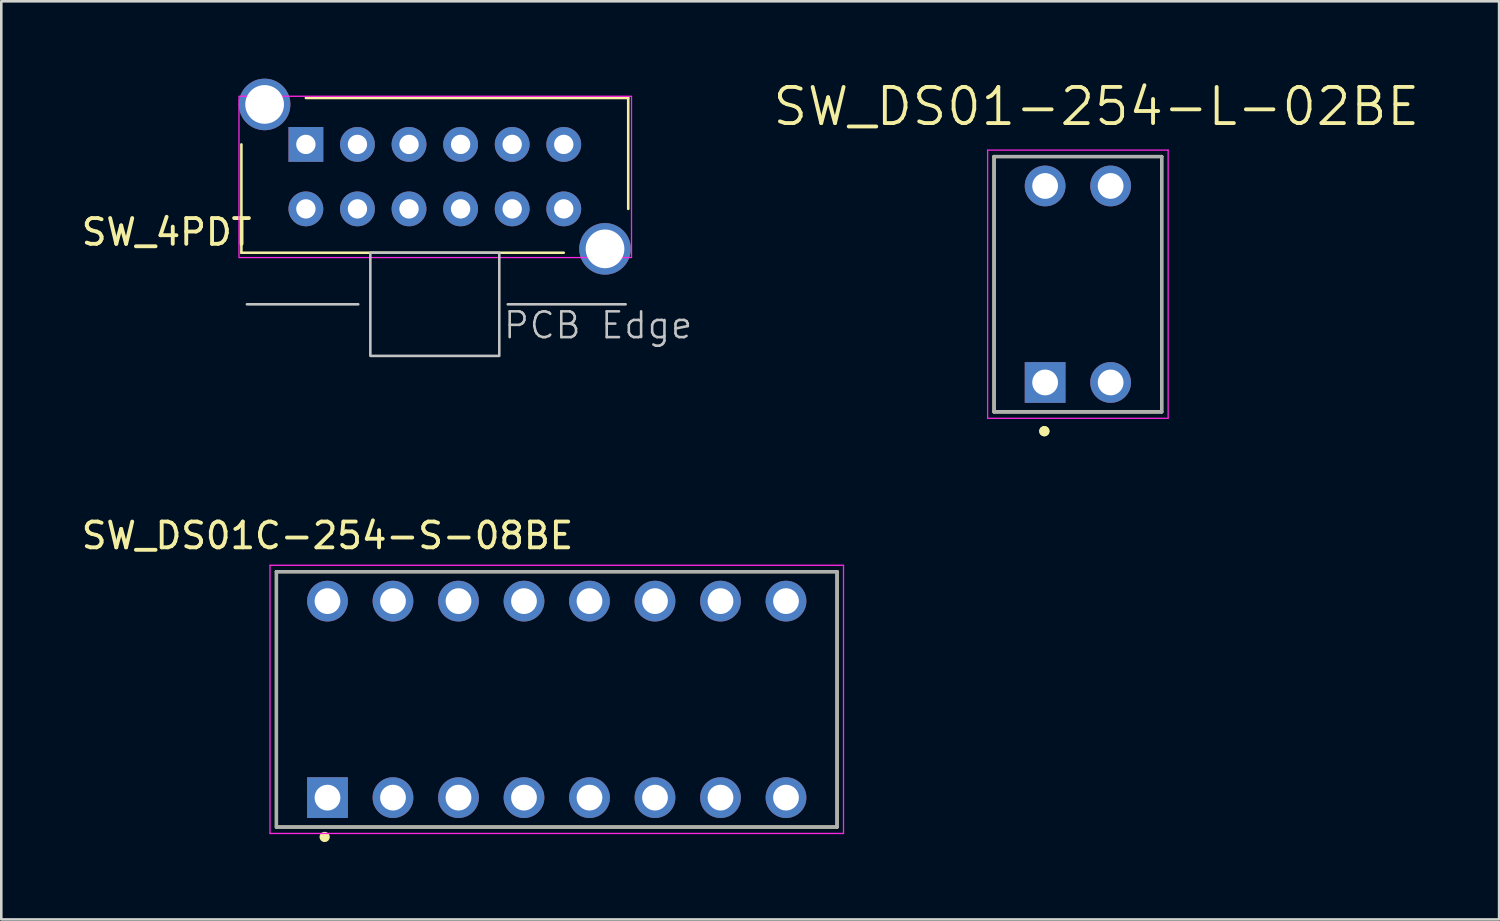
<source format=kicad_pcb>
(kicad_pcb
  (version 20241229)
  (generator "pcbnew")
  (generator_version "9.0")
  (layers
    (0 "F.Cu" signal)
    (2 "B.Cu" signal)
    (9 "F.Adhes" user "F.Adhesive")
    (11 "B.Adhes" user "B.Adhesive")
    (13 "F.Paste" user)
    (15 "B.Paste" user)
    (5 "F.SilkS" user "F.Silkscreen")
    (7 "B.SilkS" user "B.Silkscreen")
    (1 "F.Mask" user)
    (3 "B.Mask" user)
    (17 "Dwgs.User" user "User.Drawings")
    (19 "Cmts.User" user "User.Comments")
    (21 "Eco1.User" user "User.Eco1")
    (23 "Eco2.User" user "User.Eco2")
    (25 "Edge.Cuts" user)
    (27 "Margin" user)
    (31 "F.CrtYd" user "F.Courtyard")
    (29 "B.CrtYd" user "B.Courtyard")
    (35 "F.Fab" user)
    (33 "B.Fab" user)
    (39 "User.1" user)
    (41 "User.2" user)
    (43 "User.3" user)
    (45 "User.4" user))
  (footprint "SW_DS01C-254-S-08BE"
    (layer "F.Cu")
    (at 18.539 24.07)
    (property "Reference" "SW_DS01C-254-S-08BE" (at -8.89 -6.35 0) (layer "F.SilkS") (effects (font (size 1 1) (thickness 0.15))))
    (attr through_hole)
    (fp_line (start -10.87 -4.95) (end 10.87 -4.95) (stroke (width 0.127) (type solid)) (layer "F.SilkS"))
    (fp_line (start -10.87 4.95) (end -10.87 -4.95) (stroke (width 0.127) (type solid)) (layer "F.SilkS"))
    (fp_line (start 10.87 -4.95) (end 10.87 4.95) (stroke (width 0.127) (type solid)) (layer "F.SilkS"))
    (fp_line (start 10.87 4.95) (end -10.87 4.95) (stroke (width 0.127) (type solid)) (layer "F.SilkS"))
    (fp_circle (center -9 5.334) (end -8.9 5.334) (stroke (width 0.2) (type solid)) (fill no) (layer "F.SilkS"))
    (fp_line (start -11.12 -5.2) (end -11.12 5.2) (stroke (width 0.05) (type solid)) (layer "F.CrtYd"))
    (fp_line (start -11.12 5.2) (end 11.12 5.2) (stroke (width 0.05) (type solid)) (layer "F.CrtYd"))
    (fp_line (start 11.12 -5.2) (end -11.12 -5.2) (stroke (width 0.05) (type solid)) (layer "F.CrtYd"))
    (fp_line (start 11.12 5.2) (end 11.12 -5.2) (stroke (width 0.05) (type solid)) (layer "F.CrtYd"))
    (fp_line (start -10.87 -4.95) (end 10.87 -4.95) (stroke (width 0.127) (type solid)) (layer "F.Fab"))
    (fp_line (start -10.87 4.95) (end -10.87 -4.95) (stroke (width 0.127) (type solid)) (layer "F.Fab"))
    (fp_line (start 10.87 -4.95) (end 10.87 4.95) (stroke (width 0.127) (type solid)) (layer "F.Fab"))
    (fp_line (start 10.87 4.95) (end -10.87 4.95) (stroke (width 0.127) (type solid)) (layer "F.Fab"))
    (pad "1" thru_hole rect (at -8.89 3.81) (size 1.58 1.58) (drill 1) (layers "*.Cu" "*.Mask"))
    (pad "2" thru_hole circle (at -6.35 3.81) (size 1.58 1.58) (drill 1) (layers "*.Cu" "*.Mask"))
    (pad "3" thru_hole circle (at -3.81 3.81) (size 1.58 1.58) (drill 1) (layers "*.Cu" "*.Mask"))
    (pad "4" thru_hole circle (at -1.27 3.81) (size 1.58 1.58) (drill 1) (layers "*.Cu" "*.Mask"))
    (pad "5" thru_hole circle (at 1.27 3.81) (size 1.58 1.58) (drill 1) (layers "*.Cu" "*.Mask"))
    (pad "6" thru_hole circle (at 3.81 3.81) (size 1.58 1.58) (drill 1) (layers "*.Cu" "*.Mask"))
    (pad "7" thru_hole circle (at 6.35 3.81) (size 1.58 1.58) (drill 1) (layers "*.Cu" "*.Mask"))
    (pad "8" thru_hole circle (at 8.89 3.81) (size 1.58 1.58) (drill 1) (layers "*.Cu" "*.Mask"))
    (pad "9" thru_hole circle (at 8.89 -3.81) (size 1.58 1.58) (drill 1) (layers "*.Cu" "*.Mask"))
    (pad "10" thru_hole circle (at 6.35 -3.81) (size 1.58 1.58) (drill 1) (layers "*.Cu" "*.Mask"))
    (pad "11" thru_hole circle (at 3.81 -3.81) (size 1.58 1.58) (drill 1) (layers "*.Cu" "*.Mask"))
    (pad "12" thru_hole circle (at 1.27 -3.81) (size 1.58 1.58) (drill 1) (layers "*.Cu" "*.Mask"))
    (pad "13" thru_hole circle (at -1.27 -3.81) (size 1.58 1.58) (drill 1) (layers "*.Cu" "*.Mask"))
    (pad "14" thru_hole circle (at -3.81 -3.81) (size 1.58 1.58) (drill 1) (layers "*.Cu" "*.Mask"))
    (pad "15" thru_hole circle (at -6.35 -3.81) (size 1.58 1.58) (drill 1) (layers "*.Cu" "*.Mask"))
    (pad "16" thru_hole circle (at -8.89 -3.81) (size 1.58 1.58) (drill 1) (layers "*.Cu" "*.Mask")))
  (footprint "SW_DS01-254-L-02BE"
    (layer "F.Cu")
    (at 38.747 7.971)
    (property "Reference" "SW_DS01-254-L-02BE" (at 0.715 -6.889 0) (layer "F.SilkS") (effects (font (size 1.4 1.4) (thickness 0.15))))
    (attr through_hole)
    (fp_line (start -3.25 -4.95) (end 3.25 -4.95) (stroke (width 0.127) (type solid)) (layer "F.SilkS"))
    (fp_line (start -3.25 4.95) (end -3.25 -4.95) (stroke (width 0.127) (type solid)) (layer "F.SilkS"))
    (fp_line (start 3.25 -4.95) (end 3.25 4.95) (stroke (width 0.127) (type solid)) (layer "F.SilkS"))
    (fp_line (start 3.25 4.95) (end -3.25 4.95) (stroke (width 0.127) (type solid)) (layer "F.SilkS"))
    (fp_circle (center -1.3 5.7) (end -1.2 5.7) (stroke (width 0.2) (type solid)) (fill no) (layer "F.SilkS"))
    (fp_circle (center -1.3 5.7) (end -1.2 5.7) (stroke (width 0.2) (type solid)) (fill no) (layer "F.SilkS"))
    (fp_line (start -3.5 -5.2) (end -3.5 5.2) (stroke (width 0.05) (type solid)) (layer "F.CrtYd"))
    (fp_line (start -3.5 5.2) (end 3.5 5.2) (stroke (width 0.05) (type solid)) (layer "F.CrtYd"))
    (fp_line (start 3.5 -5.2) (end -3.5 -5.2) (stroke (width 0.05) (type solid)) (layer "F.CrtYd"))
    (fp_line (start 3.5 5.2) (end 3.5 -5.2) (stroke (width 0.05) (type solid)) (layer "F.CrtYd"))
    (fp_line (start -3.25 -4.95) (end 3.25 -4.95) (stroke (width 0.127) (type solid)) (layer "F.Fab"))
    (fp_line (start -3.25 4.95) (end -3.25 -4.95) (stroke (width 0.127) (type solid)) (layer "F.Fab"))
    (fp_line (start 3.25 -4.95) (end 3.25 4.95) (stroke (width 0.127) (type solid)) (layer "F.Fab"))
    (fp_line (start 3.25 4.95) (end -3.25 4.95) (stroke (width 0.127) (type solid)) (layer "F.Fab"))
    (pad "1A" thru_hole rect (at -1.27 3.81) (size 1.58 1.58) (drill 1) (layers "*.Cu" "*.Mask"))
    (pad "1B" thru_hole circle (at -1.27 -3.81) (size 1.58 1.58) (drill 1) (layers "*.Cu" "*.Mask"))
    (pad "2A" thru_hole circle (at 1.27 3.81) (size 1.58 1.58) (drill 1) (layers "*.Cu" "*.Mask"))
    (pad "2B" thru_hole circle (at 1.27 -3.81) (size 1.58 1.58) (drill 1) (layers "*.Cu" "*.Mask")))
  (footprint "SW_4PDT"
    (layer "F.Cu")
    (at 8.811 2.55)
    (property "Reference" "SW_4PDT" (at -5.4 3.4 0) (unlocked yes) (layer "F.SilkS") (effects (font (size 1 1) (thickness 0.15))))
    (attr through_hole)
    (fp_line (start -2.5 0) (end -2.5 4.2) (stroke (width 0.1) (type default)) (layer "F.SilkS"))
    (fp_line (start -2.5 4.2) (end 10 4.2) (stroke (width 0.1) (type default)) (layer "F.SilkS"))
    (fp_line (start 0 -1.8) (end 12.5 -1.8) (stroke (width 0.1) (type default)) (layer "F.SilkS"))
    (fp_line (start 12.5 -1.8) (end 12.5 2.5) (stroke (width 0.1) (type default)) (layer "F.SilkS"))
    (fp_line (start 2.032 6.2) (end -2.286 6.2) (stroke (width 0.1) (type default)) (layer "Dwgs.User"))
    (fp_line (start 12.4 6.2) (end 7.828 6.2) (stroke (width 0.1) (type default)) (layer "Dwgs.User"))
    (fp_rect (start 2.5 4.2) (end 7.5 8.2) (stroke (width 0.1) (type default)) (fill no) (layer "Dwgs.User"))
    (fp_rect (start -2.594 -1.867) (end 12.627 4.388) (stroke (width 0.05) (type default)) (fill no) (layer "F.CrtYd"))
    (fp_text user "PCB Edge" (at 7.6 7.6 0) (unlocked yes) (layer "Dwgs.User") (effects (font (size 1 1) (thickness 0.1)) (justify left bottom)))
    (pad "1" thru_hole rect (at 0 0) (size 1.35 1.35) (drill 0.75) (layers "*.Cu" "*.Mask"))
    (pad "2" thru_hole circle (at 2 0) (size 1.35 1.35) (drill 0.75) (layers "*.Cu" "*.Mask"))
    (pad "3" thru_hole circle (at 4 0) (size 1.35 1.35) (drill 0.75) (layers "*.Cu" "*.Mask"))
    (pad "4" thru_hole circle (at 6 0) (size 1.35 1.35) (drill 0.75) (layers "*.Cu" "*.Mask"))
    (pad "5" thru_hole circle (at 8 0) (size 1.35 1.35) (drill 0.75) (layers "*.Cu" "*.Mask"))
    (pad "6" thru_hole circle (at 10 0) (size 1.35 1.35) (drill 0.75) (layers "*.Cu" "*.Mask"))
    (pad "7" thru_hole circle (at 0 2.5) (size 1.35 1.35) (drill 0.75) (layers "*.Cu" "*.Mask"))
    (pad "8" thru_hole circle (at 2 2.5) (size 1.35 1.35) (drill 0.75) (layers "*.Cu" "*.Mask"))
    (pad "9" thru_hole circle (at 4 2.5) (size 1.35 1.35) (drill 0.75) (layers "*.Cu" "*.Mask"))
    (pad "10" thru_hole circle (at 6 2.5) (size 1.35 1.35) (drill 0.75) (layers "*.Cu" "*.Mask"))
    (pad "11" thru_hole circle (at 8 2.5) (size 1.35 1.35) (drill 0.75) (layers "*.Cu" "*.Mask"))
    (pad "12" thru_hole circle (at 10 2.5) (size 1.35 1.35) (drill 0.75) (layers "*.Cu" "*.Mask"))
    (pad "13" thru_hole circle (at -1.6 -1.55) (size 2 2) (drill 1.5) (layers "*.Cu" "*.Mask"))
    (pad "14" thru_hole circle (at 11.6 4.05) (size 2 2) (drill 1.5) (layers "*.Cu" "*.Mask")))
  (gr_rect
    (start -3 -3)
    (end 55.081 32.603)
    (stroke (width 0.1) (type default))
    (fill no)
    (layer "Edge.Cuts")))
</source>
